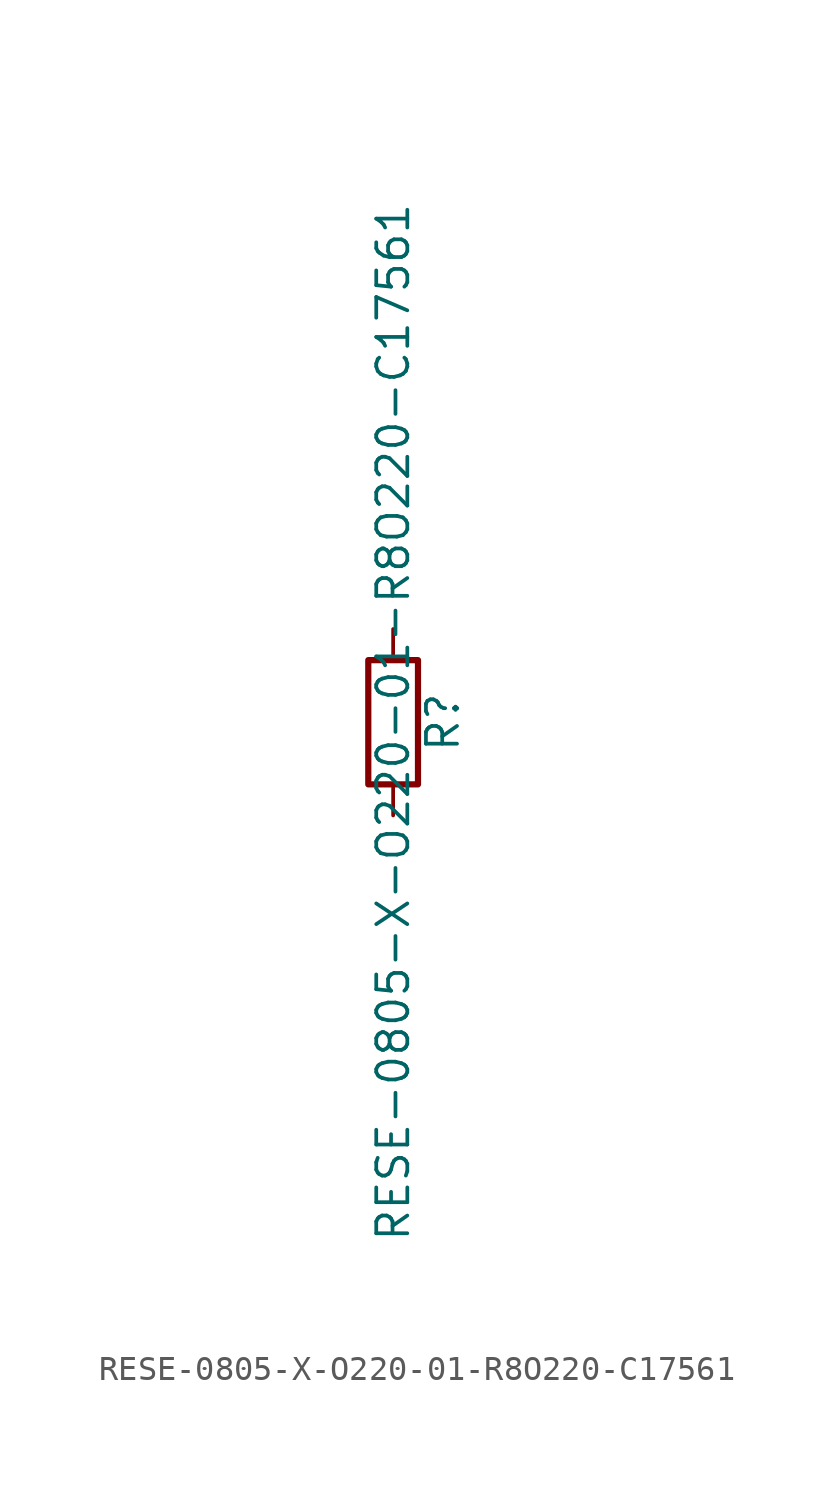
<source format=kicad_sym>
(kicad_symbol_lib
  (version 20211014)
  (generator kicad_symbol_editor)
  (symbol "RESE-0805-X-O220-01-R8O220-C17561"
    (pin_numbers hide)
    (pin_names
      (offset 0))
    (property "Reference" "R"
      (at 2.032 0 90)
      (effects (font (size 1.27 1.27))))
    (property "Value" "RESE-0805-X-O220-01-R8O220-C17561"
      (at 0 0 90)
      (effects (font (size 1.27 1.27))))
    (symbol "RESE-0805-X-O220-01-R8O220-C17561_0_1"
      (rectangle (start -1.016 -2.54) (end 1.016 2.54) (stroke (width 0.254) (type default) (color 0 0 0 0)) (fill (type none))))
    (symbol "RESE-0805-X-O220-01-R8O220-C17561_1_1"
      (pin passive line (at 0 3.81 270) (length 1.27) (name "~" (effects (font (size 1.27 1.27)))) (number "1" (effects (font (size 1.27 1.27)))))
      (pin passive line (at 0 -3.81 90) (length 1.27) (name "~" (effects (font (size 1.27 1.27)))) (number "2" (effects (font (size 1.27 1.27))))))))
</source>
